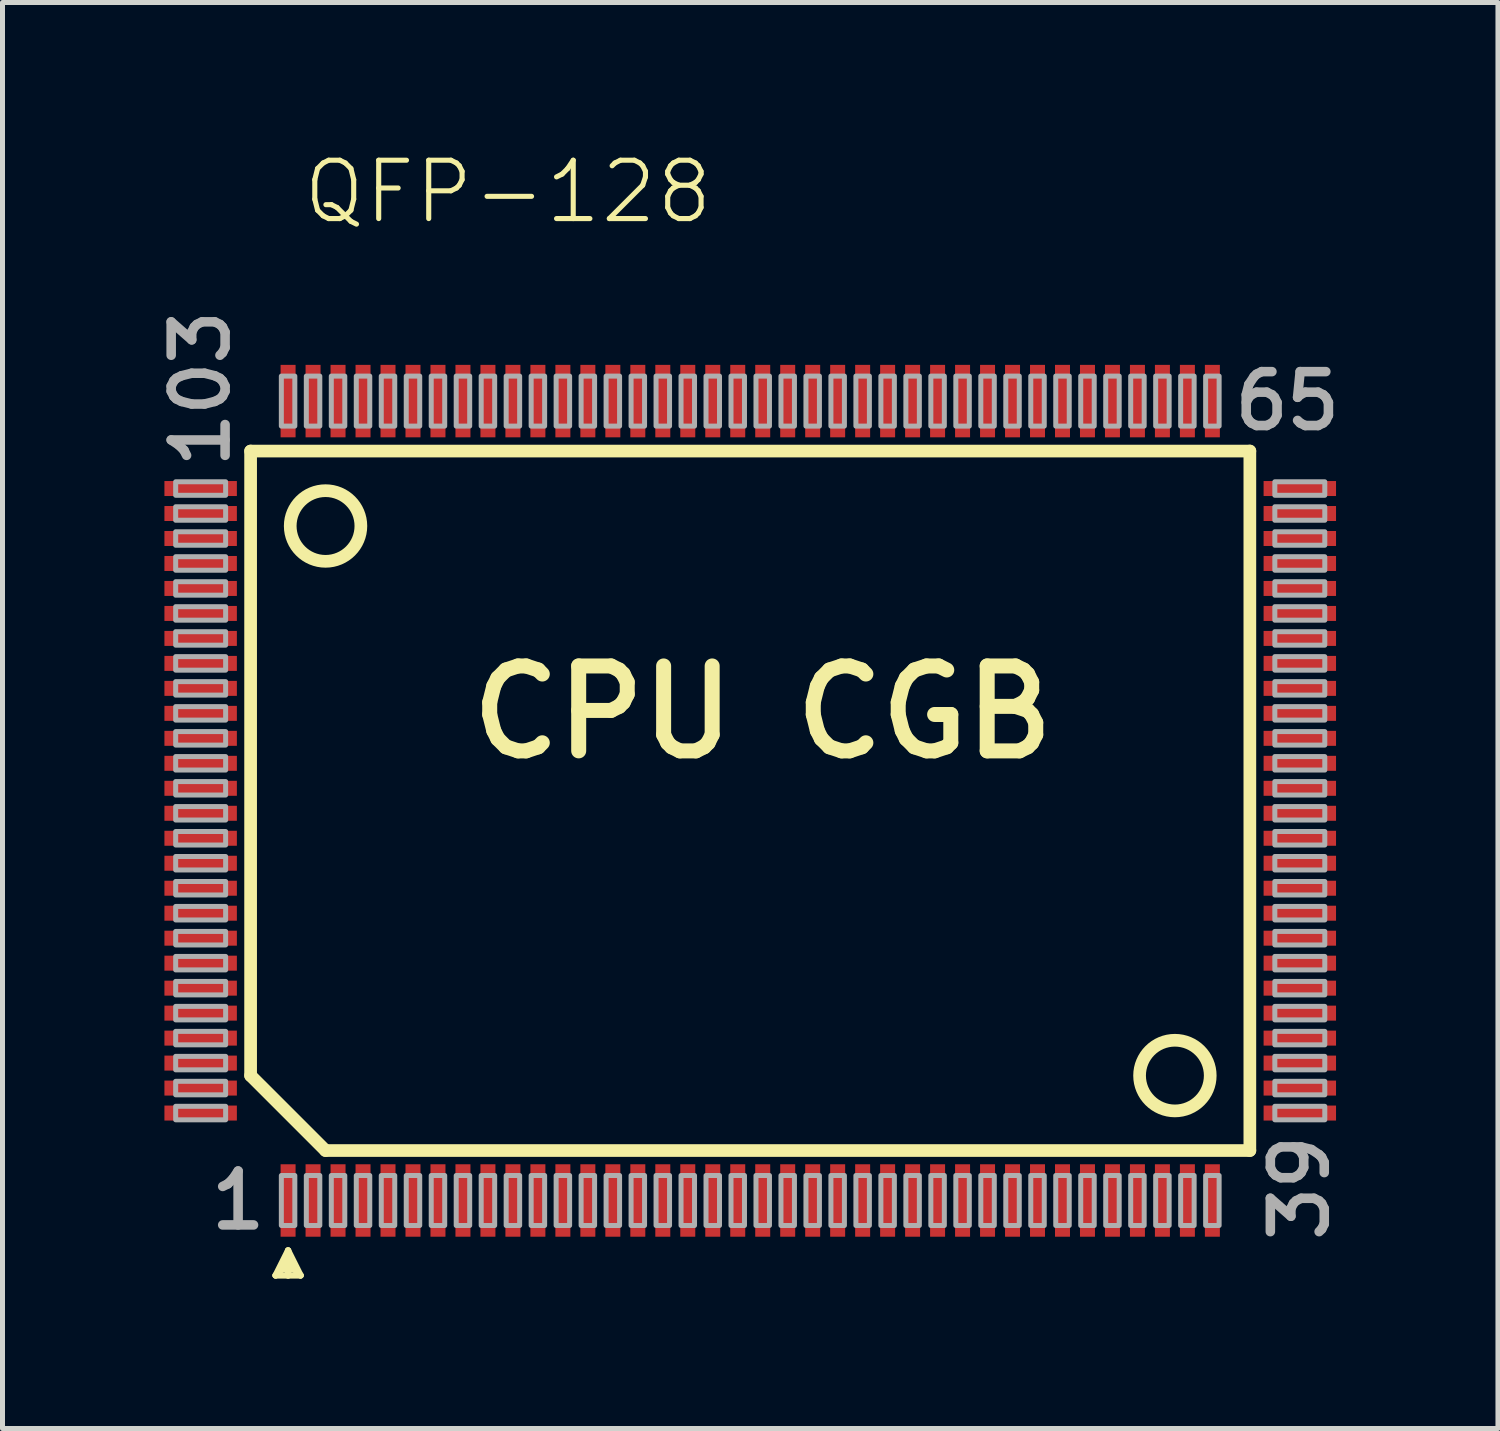
<source format=kicad_pcb>
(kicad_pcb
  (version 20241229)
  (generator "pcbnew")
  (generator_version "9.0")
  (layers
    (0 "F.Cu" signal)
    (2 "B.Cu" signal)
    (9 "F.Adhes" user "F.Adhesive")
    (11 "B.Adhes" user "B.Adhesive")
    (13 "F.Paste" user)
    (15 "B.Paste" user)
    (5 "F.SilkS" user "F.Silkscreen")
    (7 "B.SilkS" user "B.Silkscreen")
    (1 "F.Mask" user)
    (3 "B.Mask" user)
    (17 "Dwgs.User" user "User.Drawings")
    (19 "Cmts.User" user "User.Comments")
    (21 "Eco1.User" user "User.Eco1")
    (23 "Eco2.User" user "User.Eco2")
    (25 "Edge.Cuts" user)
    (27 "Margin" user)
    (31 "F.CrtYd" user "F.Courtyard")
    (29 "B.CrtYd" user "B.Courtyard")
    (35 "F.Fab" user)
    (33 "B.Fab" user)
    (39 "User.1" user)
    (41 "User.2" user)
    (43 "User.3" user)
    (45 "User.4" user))
  (footprint "QFP-128"
    (layer "F.Cu")
    (at 10.966 16.478)
    (property "Reference" "QFP-128" (at -8.005 -15.005 0) (unlocked yes) (layer "F.SilkS") (effects (font (size 1.168 1.168) (thickness 0.102)) (justify left bottom)))
    (fp_line (start -9 -10.5) (end 11 -10.5) (stroke (width 0.254) (type solid)) (layer "F.SilkS"))
    (fp_line (start -9 2) (end -9 -10.5) (stroke (width 0.254) (type solid)) (layer "F.SilkS"))
    (fp_line (start -9 2) (end -7.5 3.5) (stroke (width 0.254) (type solid)) (layer "F.SilkS"))
    (fp_line (start -8.5 6) (end -8.25 6) (stroke (width 0.127) (type solid)) (layer "F.SilkS"))
    (fp_line (start -8.375 5.875) (end -8.5 6) (stroke (width 0.127) (type solid)) (layer "F.SilkS"))
    (fp_line (start -8.375 5.875) (end -8.125 5.875) (stroke (width 0.127) (type solid)) (layer "F.SilkS"))
    (fp_line (start -8.25 5.5) (end -8.5 6) (stroke (width 0.127) (type solid)) (layer "F.SilkS"))
    (fp_line (start -8.25 5.5) (end -8.25 5.75) (stroke (width 0.127) (type solid)) (layer "F.SilkS"))
    (fp_line (start -8.25 5.75) (end -8.375 5.875) (stroke (width 0.127) (type solid)) (layer "F.SilkS"))
    (fp_line (start -8.25 6) (end -8.25 5.75) (stroke (width 0.127) (type solid)) (layer "F.SilkS"))
    (fp_line (start -8.25 6) (end -8 6) (stroke (width 0.127) (type solid)) (layer "F.SilkS"))
    (fp_line (start -8.125 5.875) (end -8.25 5.75) (stroke (width 0.127) (type solid)) (layer "F.SilkS"))
    (fp_line (start -8 6) (end -8.25 5.5) (stroke (width 0.127) (type solid)) (layer "F.SilkS"))
    (fp_line (start -8 6) (end -8.125 5.875) (stroke (width 0.127) (type solid)) (layer "F.SilkS"))
    (fp_line (start 11 -10.5) (end 11 3.5) (stroke (width 0.254) (type solid)) (layer "F.SilkS"))
    (fp_line (start 11 3.5) (end -7.5 3.5) (stroke (width 0.254) (type solid)) (layer "F.SilkS"))
    (fp_circle (center -7.5 -9) (end -6.793 -9) (stroke (width 0.254) (type solid)) (fill no) (layer "F.SilkS"))
    (fp_circle (center 9.5 2) (end 10.207 2) (stroke (width 0.254) (type solid)) (fill no) (layer "F.SilkS"))
    (fp_poly (pts (xy -10.5 -9.615) (xy -9.5 -9.615) (xy -9.5 -9.885) (xy -10.5 -9.885)) (stroke (width 0.1) (type default)) (fill no) (layer "F.Fab"))
    (fp_poly (pts (xy -10.5 -9.115) (xy -9.5 -9.115) (xy -9.5 -9.385) (xy -10.5 -9.385)) (stroke (width 0.1) (type default)) (fill no) (layer "F.Fab"))
    (fp_poly (pts (xy -10.5 -8.615) (xy -9.5 -8.615) (xy -9.5 -8.885) (xy -10.5 -8.885)) (stroke (width 0.1) (type default)) (fill no) (layer "F.Fab"))
    (fp_poly (pts (xy -10.5 -8.115) (xy -9.5 -8.115) (xy -9.5 -8.385) (xy -10.5 -8.385)) (stroke (width 0.1) (type default)) (fill no) (layer "F.Fab"))
    (fp_poly (pts (xy -10.5 -7.615) (xy -9.5 -7.615) (xy -9.5 -7.885) (xy -10.5 -7.885)) (stroke (width 0.1) (type default)) (fill no) (layer "F.Fab"))
    (fp_poly (pts (xy -10.5 -7.115) (xy -9.5 -7.115) (xy -9.5 -7.385) (xy -10.5 -7.385)) (stroke (width 0.1) (type default)) (fill no) (layer "F.Fab"))
    (fp_poly (pts (xy -10.5 -6.615) (xy -9.5 -6.615) (xy -9.5 -6.885) (xy -10.5 -6.885)) (stroke (width 0.1) (type default)) (fill no) (layer "F.Fab"))
    (fp_poly (pts (xy -10.5 -6.115) (xy -9.5 -6.115) (xy -9.5 -6.385) (xy -10.5 -6.385)) (stroke (width 0.1) (type default)) (fill no) (layer "F.Fab"))
    (fp_poly (pts (xy -10.5 -5.615) (xy -9.5 -5.615) (xy -9.5 -5.885) (xy -10.5 -5.885)) (stroke (width 0.1) (type default)) (fill no) (layer "F.Fab"))
    (fp_poly (pts (xy -10.5 -5.115) (xy -9.5 -5.115) (xy -9.5 -5.385) (xy -10.5 -5.385)) (stroke (width 0.1) (type default)) (fill no) (layer "F.Fab"))
    (fp_poly (pts (xy -10.5 -4.615) (xy -9.5 -4.615) (xy -9.5 -4.885) (xy -10.5 -4.885)) (stroke (width 0.1) (type default)) (fill no) (layer "F.Fab"))
    (fp_poly (pts (xy -10.5 -4.115) (xy -9.5 -4.115) (xy -9.5 -4.385) (xy -10.5 -4.385)) (stroke (width 0.1) (type default)) (fill no) (layer "F.Fab"))
    (fp_poly (pts (xy -10.5 -3.615) (xy -9.5 -3.615) (xy -9.5 -3.885) (xy -10.5 -3.885)) (stroke (width 0.1) (type default)) (fill no) (layer "F.Fab"))
    (fp_poly (pts (xy -10.5 -3.115) (xy -9.5 -3.115) (xy -9.5 -3.385) (xy -10.5 -3.385)) (stroke (width 0.1) (type default)) (fill no) (layer "F.Fab"))
    (fp_poly (pts (xy -10.5 -2.615) (xy -9.5 -2.615) (xy -9.5 -2.885) (xy -10.5 -2.885)) (stroke (width 0.1) (type default)) (fill no) (layer "F.Fab"))
    (fp_poly (pts (xy -10.5 -2.115) (xy -9.5 -2.115) (xy -9.5 -2.385) (xy -10.5 -2.385)) (stroke (width 0.1) (type default)) (fill no) (layer "F.Fab"))
    (fp_poly (pts (xy -10.5 -1.615) (xy -9.5 -1.615) (xy -9.5 -1.885) (xy -10.5 -1.885)) (stroke (width 0.1) (type default)) (fill no) (layer "F.Fab"))
    (fp_poly (pts (xy -10.5 -1.115) (xy -9.5 -1.115) (xy -9.5 -1.385) (xy -10.5 -1.385)) (stroke (width 0.1) (type default)) (fill no) (layer "F.Fab"))
    (fp_poly (pts (xy -10.5 -0.615) (xy -9.5 -0.615) (xy -9.5 -0.885) (xy -10.5 -0.885)) (stroke (width 0.1) (type default)) (fill no) (layer "F.Fab"))
    (fp_poly (pts (xy -10.5 -0.115) (xy -9.5 -0.115) (xy -9.5 -0.385) (xy -10.5 -0.385)) (stroke (width 0.1) (type default)) (fill no) (layer "F.Fab"))
    (fp_poly (pts (xy -10.5 0.385) (xy -9.5 0.385) (xy -9.5 0.115) (xy -10.5 0.115)) (stroke (width 0.1) (type default)) (fill no) (layer "F.Fab"))
    (fp_poly (pts (xy -10.5 0.885) (xy -9.5 0.885) (xy -9.5 0.615) (xy -10.5 0.615)) (stroke (width 0.1) (type default)) (fill no) (layer "F.Fab"))
    (fp_poly (pts (xy -10.5 1.385) (xy -9.5 1.385) (xy -9.5 1.115) (xy -10.5 1.115)) (stroke (width 0.1) (type default)) (fill no) (layer "F.Fab"))
    (fp_poly (pts (xy -10.5 1.885) (xy -9.5 1.885) (xy -9.5 1.615) (xy -10.5 1.615)) (stroke (width 0.1) (type default)) (fill no) (layer "F.Fab"))
    (fp_poly (pts (xy -10.5 2.385) (xy -9.5 2.385) (xy -9.5 2.115) (xy -10.5 2.115)) (stroke (width 0.1) (type default)) (fill no) (layer "F.Fab"))
    (fp_poly (pts (xy -10.5 2.885) (xy -9.5 2.885) (xy -9.5 2.615) (xy -10.5 2.615)) (stroke (width 0.1) (type default)) (fill no) (layer "F.Fab"))
    (fp_poly (pts (xy -8.385 5) (xy -8.115 5) (xy -8.115 4) (xy -8.385 4)) (stroke (width 0.1) (type default)) (fill no) (layer "F.Fab"))
    (fp_poly (pts (xy -8.115 -11) (xy -8.115 -12) (xy -8.385 -12) (xy -8.385 -11)) (stroke (width 0.1) (type default)) (fill no) (layer "F.Fab"))
    (fp_poly (pts (xy -7.885 5) (xy -7.615 5) (xy -7.615 4) (xy -7.885 4)) (stroke (width 0.1) (type default)) (fill no) (layer "F.Fab"))
    (fp_poly (pts (xy -7.615 -11) (xy -7.615 -12) (xy -7.885 -12) (xy -7.885 -11)) (stroke (width 0.1) (type default)) (fill no) (layer "F.Fab"))
    (fp_poly (pts (xy -7.385 -11) (xy -7.115 -11) (xy -7.115 -12) (xy -7.385 -12)) (stroke (width 0.1) (type default)) (fill no) (layer "F.Fab"))
    (fp_poly (pts (xy -7.385 5) (xy -7.115 5) (xy -7.115 4) (xy -7.385 4)) (stroke (width 0.1) (type default)) (fill no) (layer "F.Fab"))
    (fp_poly (pts (xy -6.885 -11) (xy -6.615 -11) (xy -6.615 -12) (xy -6.885 -12)) (stroke (width 0.1) (type default)) (fill no) (layer "F.Fab"))
    (fp_poly (pts (xy -6.885 5) (xy -6.615 5) (xy -6.615 4) (xy -6.885 4)) (stroke (width 0.1) (type default)) (fill no) (layer "F.Fab"))
    (fp_poly (pts (xy -6.385 -11) (xy -6.115 -11) (xy -6.115 -12) (xy -6.385 -12)) (stroke (width 0.1) (type default)) (fill no) (layer "F.Fab"))
    (fp_poly (pts (xy -6.385 5) (xy -6.115 5) (xy -6.115 4) (xy -6.385 4)) (stroke (width 0.1) (type default)) (fill no) (layer "F.Fab"))
    (fp_poly (pts (xy -5.885 -11) (xy -5.615 -11) (xy -5.615 -12) (xy -5.885 -12)) (stroke (width 0.1) (type default)) (fill no) (layer "F.Fab"))
    (fp_poly (pts (xy -5.885 5) (xy -5.615 5) (xy -5.615 4) (xy -5.885 4)) (stroke (width 0.1) (type default)) (fill no) (layer "F.Fab"))
    (fp_poly (pts (xy -5.385 -11) (xy -5.115 -11) (xy -5.115 -12) (xy -5.385 -12)) (stroke (width 0.1) (type default)) (fill no) (layer "F.Fab"))
    (fp_poly (pts (xy -5.385 5) (xy -5.115 5) (xy -5.115 4) (xy -5.385 4)) (stroke (width 0.1) (type default)) (fill no) (layer "F.Fab"))
    (fp_poly (pts (xy -4.885 -11) (xy -4.615 -11) (xy -4.615 -12) (xy -4.885 -12)) (stroke (width 0.1) (type default)) (fill no) (layer "F.Fab"))
    (fp_poly (pts (xy -4.885 5) (xy -4.615 5) (xy -4.615 4) (xy -4.885 4)) (stroke (width 0.1) (type default)) (fill no) (layer "F.Fab"))
    (fp_poly (pts (xy -4.385 -11) (xy -4.115 -11) (xy -4.115 -12) (xy -4.385 -12)) (stroke (width 0.1) (type default)) (fill no) (layer "F.Fab"))
    (fp_poly (pts (xy -4.385 5) (xy -4.115 5) (xy -4.115 4) (xy -4.385 4)) (stroke (width 0.1) (type default)) (fill no) (layer "F.Fab"))
    (fp_poly (pts (xy -3.885 -11) (xy -3.615 -11) (xy -3.615 -12) (xy -3.885 -12)) (stroke (width 0.1) (type default)) (fill no) (layer "F.Fab"))
    (fp_poly (pts (xy -3.885 5) (xy -3.615 5) (xy -3.615 4) (xy -3.885 4)) (stroke (width 0.1) (type default)) (fill no) (layer "F.Fab"))
    (fp_poly (pts (xy -3.385 -11) (xy -3.115 -11) (xy -3.115 -12) (xy -3.385 -12)) (stroke (width 0.1) (type default)) (fill no) (layer "F.Fab"))
    (fp_poly (pts (xy -3.385 5) (xy -3.115 5) (xy -3.115 4) (xy -3.385 4)) (stroke (width 0.1) (type default)) (fill no) (layer "F.Fab"))
    (fp_poly (pts (xy -2.885 -11) (xy -2.615 -11) (xy -2.615 -12) (xy -2.885 -12)) (stroke (width 0.1) (type default)) (fill no) (layer "F.Fab"))
    (fp_poly (pts (xy -2.885 5) (xy -2.615 5) (xy -2.615 4) (xy -2.885 4)) (stroke (width 0.1) (type default)) (fill no) (layer "F.Fab"))
    (fp_poly (pts (xy -2.385 -11) (xy -2.115 -11) (xy -2.115 -12) (xy -2.385 -12)) (stroke (width 0.1) (type default)) (fill no) (layer "F.Fab"))
    (fp_poly (pts (xy -2.385 5) (xy -2.115 5) (xy -2.115 4) (xy -2.385 4)) (stroke (width 0.1) (type default)) (fill no) (layer "F.Fab"))
    (fp_poly (pts (xy -1.885 -11) (xy -1.615 -11) (xy -1.615 -12) (xy -1.885 -12)) (stroke (width 0.1) (type default)) (fill no) (layer "F.Fab"))
    (fp_poly (pts (xy -1.885 5) (xy -1.615 5) (xy -1.615 4) (xy -1.885 4)) (stroke (width 0.1) (type default)) (fill no) (layer "F.Fab"))
    (fp_poly (pts (xy -1.385 -11) (xy -1.115 -11) (xy -1.115 -12) (xy -1.385 -12)) (stroke (width 0.1) (type default)) (fill no) (layer "F.Fab"))
    (fp_poly (pts (xy -1.385 5) (xy -1.115 5) (xy -1.115 4) (xy -1.385 4)) (stroke (width 0.1) (type default)) (fill no) (layer "F.Fab"))
    (fp_poly (pts (xy -0.885 -11) (xy -0.615 -11) (xy -0.615 -12) (xy -0.885 -12)) (stroke (width 0.1) (type default)) (fill no) (layer "F.Fab"))
    (fp_poly (pts (xy -0.885 5) (xy -0.615 5) (xy -0.615 4) (xy -0.885 4)) (stroke (width 0.1) (type default)) (fill no) (layer "F.Fab"))
    (fp_poly (pts (xy -0.385 -11) (xy -0.115 -11) (xy -0.115 -12) (xy -0.385 -12)) (stroke (width 0.1) (type default)) (fill no) (layer "F.Fab"))
    (fp_poly (pts (xy -0.385 5) (xy -0.115 5) (xy -0.115 4) (xy -0.385 4)) (stroke (width 0.1) (type default)) (fill no) (layer "F.Fab"))
    (fp_poly (pts (xy 0.115 -11) (xy 0.385 -11) (xy 0.385 -12) (xy 0.115 -12)) (stroke (width 0.1) (type default)) (fill no) (layer "F.Fab"))
    (fp_poly (pts (xy 0.115 5) (xy 0.385 5) (xy 0.385 4) (xy 0.115 4)) (stroke (width 0.1) (type default)) (fill no) (layer "F.Fab"))
    (fp_poly (pts (xy 0.615 -11) (xy 0.885 -11) (xy 0.885 -12) (xy 0.615 -12)) (stroke (width 0.1) (type default)) (fill no) (layer "F.Fab"))
    (fp_poly (pts (xy 0.615 5) (xy 0.885 5) (xy 0.885 4) (xy 0.615 4)) (stroke (width 0.1) (type default)) (fill no) (layer "F.Fab"))
    (fp_poly (pts (xy 1.115 -11) (xy 1.385 -11) (xy 1.385 -12) (xy 1.115 -12)) (stroke (width 0.1) (type default)) (fill no) (layer "F.Fab"))
    (fp_poly (pts (xy 1.115 5) (xy 1.385 5) (xy 1.385 4) (xy 1.115 4)) (stroke (width 0.1) (type default)) (fill no) (layer "F.Fab"))
    (fp_poly (pts (xy 1.615 -11) (xy 1.885 -11) (xy 1.885 -12) (xy 1.615 -12)) (stroke (width 0.1) (type default)) (fill no) (layer "F.Fab"))
    (fp_poly (pts (xy 1.615 5) (xy 1.885 5) (xy 1.885 4) (xy 1.615 4)) (stroke (width 0.1) (type default)) (fill no) (layer "F.Fab"))
    (fp_poly (pts (xy 2.115 -11) (xy 2.385 -11) (xy 2.385 -12) (xy 2.115 -12)) (stroke (width 0.1) (type default)) (fill no) (layer "F.Fab"))
    (fp_poly (pts (xy 2.115 5) (xy 2.385 5) (xy 2.385 4) (xy 2.115 4)) (stroke (width 0.1) (type default)) (fill no) (layer "F.Fab"))
    (fp_poly (pts (xy 2.615 -11) (xy 2.885 -11) (xy 2.885 -12) (xy 2.615 -12)) (stroke (width 0.1) (type default)) (fill no) (layer "F.Fab"))
    (fp_poly (pts (xy 2.615 5) (xy 2.885 5) (xy 2.885 4) (xy 2.615 4)) (stroke (width 0.1) (type default)) (fill no) (layer "F.Fab"))
    (fp_poly (pts (xy 3.115 -11) (xy 3.385 -11) (xy 3.385 -12) (xy 3.115 -12)) (stroke (width 0.1) (type default)) (fill no) (layer "F.Fab"))
    (fp_poly (pts (xy 3.115 5) (xy 3.385 5) (xy 3.385 4) (xy 3.115 4)) (stroke (width 0.1) (type default)) (fill no) (layer "F.Fab"))
    (fp_poly (pts (xy 3.615 -11) (xy 3.885 -11) (xy 3.885 -12) (xy 3.615 -12)) (stroke (width 0.1) (type default)) (fill no) (layer "F.Fab"))
    (fp_poly (pts (xy 3.615 5) (xy 3.885 5) (xy 3.885 4) (xy 3.615 4)) (stroke (width 0.1) (type default)) (fill no) (layer "F.Fab"))
    (fp_poly (pts (xy 4.115 -11) (xy 4.385 -11) (xy 4.385 -12) (xy 4.115 -12)) (stroke (width 0.1) (type default)) (fill no) (layer "F.Fab"))
    (fp_poly (pts (xy 4.115 5) (xy 4.385 5) (xy 4.385 4) (xy 4.115 4)) (stroke (width 0.1) (type default)) (fill no) (layer "F.Fab"))
    (fp_poly (pts (xy 4.615 -11) (xy 4.885 -11) (xy 4.885 -12) (xy 4.615 -12)) (stroke (width 0.1) (type default)) (fill no) (layer "F.Fab"))
    (fp_poly (pts (xy 4.615 5) (xy 4.885 5) (xy 4.885 4) (xy 4.615 4)) (stroke (width 0.1) (type default)) (fill no) (layer "F.Fab"))
    (fp_poly (pts (xy 5.115 -11) (xy 5.385 -11) (xy 5.385 -12) (xy 5.115 -12)) (stroke (width 0.1) (type default)) (fill no) (layer "F.Fab"))
    (fp_poly (pts (xy 5.115 5) (xy 5.385 5) (xy 5.385 4) (xy 5.115 4)) (stroke (width 0.1) (type default)) (fill no) (layer "F.Fab"))
    (fp_poly (pts (xy 5.615 -11) (xy 5.885 -11) (xy 5.885 -12) (xy 5.615 -12)) (stroke (width 0.1) (type default)) (fill no) (layer "F.Fab"))
    (fp_poly (pts (xy 5.615 5) (xy 5.885 5) (xy 5.885 4) (xy 5.615 4)) (stroke (width 0.1) (type default)) (fill no) (layer "F.Fab"))
    (fp_poly (pts (xy 6.115 -11) (xy 6.385 -11) (xy 6.385 -12) (xy 6.115 -12)) (stroke (width 0.1) (type default)) (fill no) (layer "F.Fab"))
    (fp_poly (pts (xy 6.115 5) (xy 6.385 5) (xy 6.385 4) (xy 6.115 4)) (stroke (width 0.1) (type default)) (fill no) (layer "F.Fab"))
    (fp_poly (pts (xy 6.615 -11) (xy 6.885 -11) (xy 6.885 -12) (xy 6.615 -12)) (stroke (width 0.1) (type default)) (fill no) (layer "F.Fab"))
    (fp_poly (pts (xy 6.615 5) (xy 6.885 5) (xy 6.885 4) (xy 6.615 4)) (stroke (width 0.1) (type default)) (fill no) (layer "F.Fab"))
    (fp_poly (pts (xy 7.115 -11) (xy 7.385 -11) (xy 7.385 -12) (xy 7.115 -12)) (stroke (width 0.1) (type default)) (fill no) (layer "F.Fab"))
    (fp_poly (pts (xy 7.115 5) (xy 7.385 5) (xy 7.385 4) (xy 7.115 4)) (stroke (width 0.1) (type default)) (fill no) (layer "F.Fab"))
    (fp_poly (pts (xy 7.615 -11) (xy 7.885 -11) (xy 7.885 -12) (xy 7.615 -12)) (stroke (width 0.1) (type default)) (fill no) (layer "F.Fab"))
    (fp_poly (pts (xy 7.615 5) (xy 7.885 5) (xy 7.885 4) (xy 7.615 4)) (stroke (width 0.1) (type default)) (fill no) (layer "F.Fab"))
    (fp_poly (pts (xy 8.115 -11) (xy 8.385 -11) (xy 8.385 -12) (xy 8.115 -12)) (stroke (width 0.1) (type default)) (fill no) (layer "F.Fab"))
    (fp_poly (pts (xy 8.115 5) (xy 8.385 5) (xy 8.385 4) (xy 8.115 4)) (stroke (width 0.1) (type default)) (fill no) (layer "F.Fab"))
    (fp_poly (pts (xy 8.615 -11) (xy 8.885 -11) (xy 8.885 -12) (xy 8.615 -12)) (stroke (width 0.1) (type default)) (fill no) (layer "F.Fab"))
    (fp_poly (pts (xy 8.615 5) (xy 8.885 5) (xy 8.885 4) (xy 8.615 4)) (stroke (width 0.1) (type default)) (fill no) (layer "F.Fab"))
    (fp_poly (pts (xy 9.115 -11) (xy 9.385 -11) (xy 9.385 -12) (xy 9.115 -12)) (stroke (width 0.1) (type default)) (fill no) (layer "F.Fab"))
    (fp_poly (pts (xy 9.115 5) (xy 9.385 5) (xy 9.385 4) (xy 9.115 4)) (stroke (width 0.1) (type default)) (fill no) (layer "F.Fab"))
    (fp_poly (pts (xy 9.615 -11) (xy 9.885 -11) (xy 9.885 -12) (xy 9.615 -12)) (stroke (width 0.1) (type default)) (fill no) (layer "F.Fab"))
    (fp_poly (pts (xy 9.885 5) (xy 9.885 4) (xy 9.615 4) (xy 9.615 5)) (stroke (width 0.1) (type default)) (fill no) (layer "F.Fab"))
    (fp_poly (pts (xy 10.115 -11) (xy 10.385 -11) (xy 10.385 -12) (xy 10.115 -12)) (stroke (width 0.1) (type default)) (fill no) (layer "F.Fab"))
    (fp_poly (pts (xy 10.385 5) (xy 10.385 4) (xy 10.115 4) (xy 10.115 5)) (stroke (width 0.1) (type default)) (fill no) (layer "F.Fab"))
    (fp_poly (pts (xy 11.5 -9.615) (xy 12.5 -9.615) (xy 12.5 -9.885) (xy 11.5 -9.885)) (stroke (width 0.1) (type default)) (fill no) (layer "F.Fab"))
    (fp_poly (pts (xy 11.5 -9.115) (xy 12.5 -9.115) (xy 12.5 -9.385) (xy 11.5 -9.385)) (stroke (width 0.1) (type default)) (fill no) (layer "F.Fab"))
    (fp_poly (pts (xy 11.5 -8.615) (xy 12.5 -8.615) (xy 12.5 -8.885) (xy 11.5 -8.885)) (stroke (width 0.1) (type default)) (fill no) (layer "F.Fab"))
    (fp_poly (pts (xy 11.5 -8.115) (xy 12.5 -8.115) (xy 12.5 -8.385) (xy 11.5 -8.385)) (stroke (width 0.1) (type default)) (fill no) (layer "F.Fab"))
    (fp_poly (pts (xy 11.5 -7.615) (xy 12.5 -7.615) (xy 12.5 -7.885) (xy 11.5 -7.885)) (stroke (width 0.1) (type default)) (fill no) (layer "F.Fab"))
    (fp_poly (pts (xy 11.5 -7.115) (xy 12.5 -7.115) (xy 12.5 -7.385) (xy 11.5 -7.385)) (stroke (width 0.1) (type default)) (fill no) (layer "F.Fab"))
    (fp_poly (pts (xy 11.5 -6.615) (xy 12.5 -6.615) (xy 12.5 -6.885) (xy 11.5 -6.885)) (stroke (width 0.1) (type default)) (fill no) (layer "F.Fab"))
    (fp_poly (pts (xy 11.5 -6.115) (xy 12.5 -6.115) (xy 12.5 -6.385) (xy 11.5 -6.385)) (stroke (width 0.1) (type default)) (fill no) (layer "F.Fab"))
    (fp_poly (pts (xy 11.5 -5.615) (xy 12.5 -5.615) (xy 12.5 -5.885) (xy 11.5 -5.885)) (stroke (width 0.1) (type default)) (fill no) (layer "F.Fab"))
    (fp_poly (pts (xy 11.5 -5.115) (xy 12.5 -5.115) (xy 12.5 -5.385) (xy 11.5 -5.385)) (stroke (width 0.1) (type default)) (fill no) (layer "F.Fab"))
    (fp_poly (pts (xy 11.5 -4.615) (xy 12.5 -4.615) (xy 12.5 -4.885) (xy 11.5 -4.885)) (stroke (width 0.1) (type default)) (fill no) (layer "F.Fab"))
    (fp_poly (pts (xy 11.5 -4.115) (xy 12.5 -4.115) (xy 12.5 -4.385) (xy 11.5 -4.385)) (stroke (width 0.1) (type default)) (fill no) (layer "F.Fab"))
    (fp_poly (pts (xy 11.5 -3.615) (xy 12.5 -3.615) (xy 12.5 -3.885) (xy 11.5 -3.885)) (stroke (width 0.1) (type default)) (fill no) (layer "F.Fab"))
    (fp_poly (pts (xy 11.5 -3.115) (xy 12.5 -3.115) (xy 12.5 -3.385) (xy 11.5 -3.385)) (stroke (width 0.1) (type default)) (fill no) (layer "F.Fab"))
    (fp_poly (pts (xy 11.5 -2.615) (xy 12.5 -2.615) (xy 12.5 -2.885) (xy 11.5 -2.885)) (stroke (width 0.1) (type default)) (fill no) (layer "F.Fab"))
    (fp_poly (pts (xy 11.5 -2.115) (xy 12.5 -2.115) (xy 12.5 -2.385) (xy 11.5 -2.385)) (stroke (width 0.1) (type default)) (fill no) (layer "F.Fab"))
    (fp_poly (pts (xy 11.5 -1.615) (xy 12.5 -1.615) (xy 12.5 -1.885) (xy 11.5 -1.885)) (stroke (width 0.1) (type default)) (fill no) (layer "F.Fab"))
    (fp_poly (pts (xy 11.5 -1.115) (xy 12.5 -1.115) (xy 12.5 -1.385) (xy 11.5 -1.385)) (stroke (width 0.1) (type default)) (fill no) (layer "F.Fab"))
    (fp_poly (pts (xy 11.5 -0.615) (xy 12.5 -0.615) (xy 12.5 -0.885) (xy 11.5 -0.885)) (stroke (width 0.1) (type default)) (fill no) (layer "F.Fab"))
    (fp_poly (pts (xy 11.5 -0.115) (xy 12.5 -0.115) (xy 12.5 -0.385) (xy 11.5 -0.385)) (stroke (width 0.1) (type default)) (fill no) (layer "F.Fab"))
    (fp_poly (pts (xy 11.5 0.385) (xy 12.5 0.385) (xy 12.5 0.115) (xy 11.5 0.115)) (stroke (width 0.1) (type default)) (fill no) (layer "F.Fab"))
    (fp_poly (pts (xy 11.5 0.885) (xy 12.5 0.885) (xy 12.5 0.615) (xy 11.5 0.615)) (stroke (width 0.1) (type default)) (fill no) (layer "F.Fab"))
    (fp_poly (pts (xy 11.5 1.385) (xy 12.5 1.385) (xy 12.5 1.115) (xy 11.5 1.115)) (stroke (width 0.1) (type default)) (fill no) (layer "F.Fab"))
    (fp_poly (pts (xy 11.5 1.885) (xy 12.5 1.885) (xy 12.5 1.615) (xy 11.5 1.615)) (stroke (width 0.1) (type default)) (fill no) (layer "F.Fab"))
    (fp_poly (pts (xy 11.5 2.385) (xy 12.5 2.385) (xy 12.5 2.115) (xy 11.5 2.115)) (stroke (width 0.1) (type default)) (fill no) (layer "F.Fab"))
    (fp_poly (pts (xy 11.5 2.885) (xy 12.5 2.885) (xy 12.5 2.615) (xy 11.5 2.615)) (stroke (width 0.1) (type default)) (fill no) (layer "F.Fab"))
    (fp_text user "CPU CGB" (at 1.25 -5.27 0) (layer "F.SilkS") (effects (font (size 1.7 1.7) (thickness 0.3))))
    (fp_text user "1" (at -9.25 4.5 0) (layer "F.Fab") (effects (font (size 1.079 1.079) (thickness 0.191))))
    (fp_text user "65" (at 11.75 -11.5 180) (layer "F.Fab") (effects (font (size 1.079 1.079) (thickness 0.191))))
    (fp_text user "103" (at -10 -11.75 270) (layer "F.Fab") (effects (font (size 1.079 1.079) (thickness 0.191))))
    (fp_text user "39" (at 12 4.25 90) (layer "F.Fab") (effects (font (size 1.079 1.079) (thickness 0.191))))
    (pad "1" smd rect (at -8.25 4.5 90) (size 1.45 0.3) (layers "F.Cu" "F.Mask" "F.Paste"))
    (pad "2" smd rect (at -7.75 4.5 90) (size 1.45 0.3) (layers "F.Cu" "F.Mask" "F.Paste"))
    (pad "3" smd rect (at -7.25 4.5 90) (size 1.45 0.3) (layers "F.Cu" "F.Mask" "F.Paste"))
    (pad "4" smd rect (at -6.75 4.5 90) (size 1.45 0.3) (layers "F.Cu" "F.Mask" "F.Paste"))
    (pad "5" smd rect (at -6.25 4.5 90) (size 1.45 0.3) (layers "F.Cu" "F.Mask" "F.Paste"))
    (pad "6" smd rect (at -5.75 4.5 90) (size 1.45 0.3) (layers "F.Cu" "F.Mask" "F.Paste"))
    (pad "7" smd rect (at -5.25 4.5 90) (size 1.45 0.3) (layers "F.Cu" "F.Mask" "F.Paste"))
    (pad "8" smd rect (at -4.75 4.5 90) (size 1.45 0.3) (layers "F.Cu" "F.Mask" "F.Paste"))
    (pad "9" smd rect (at -4.25 4.5 90) (size 1.45 0.3) (layers "F.Cu" "F.Mask" "F.Paste"))
    (pad "10" smd rect (at -3.75 4.5 90) (size 1.45 0.3) (layers "F.Cu" "F.Mask" "F.Paste"))
    (pad "11" smd rect (at -3.25 4.5 90) (size 1.45 0.3) (layers "F.Cu" "F.Mask" "F.Paste"))
    (pad "12" smd rect (at -2.75 4.5 90) (size 1.45 0.3) (layers "F.Cu" "F.Mask" "F.Paste"))
    (pad "13" smd rect (at -2.25 4.5 90) (size 1.45 0.3) (layers "F.Cu" "F.Mask" "F.Paste"))
    (pad "14" smd rect (at -1.75 4.5 90) (size 1.45 0.3) (layers "F.Cu" "F.Mask" "F.Paste"))
    (pad "15" smd rect (at -1.25 4.5 90) (size 1.45 0.3) (layers "F.Cu" "F.Mask" "F.Paste"))
    (pad "16" smd rect (at -0.75 4.5 90) (size 1.45 0.3) (layers "F.Cu" "F.Mask" "F.Paste"))
    (pad "17" smd rect (at -0.25 4.5 90) (size 1.45 0.3) (layers "F.Cu" "F.Mask" "F.Paste"))
    (pad "18" smd rect (at 0.25 4.5 90) (size 1.45 0.3) (layers "F.Cu" "F.Mask" "F.Paste"))
    (pad "19" smd rect (at 0.75 4.5 90) (size 1.45 0.3) (layers "F.Cu" "F.Mask" "F.Paste"))
    (pad "20" smd rect (at 1.25 4.5 90) (size 1.45 0.3) (layers "F.Cu" "F.Mask" "F.Paste"))
    (pad "21" smd rect (at 1.75 4.5 90) (size 1.45 0.3) (layers "F.Cu" "F.Mask" "F.Paste"))
    (pad "22" smd rect (at 2.25 4.5 90) (size 1.45 0.3) (layers "F.Cu" "F.Mask" "F.Paste"))
    (pad "23" smd rect (at 2.75 4.5 90) (size 1.45 0.3) (layers "F.Cu" "F.Mask" "F.Paste"))
    (pad "24" smd rect (at 3.25 4.5 90) (size 1.45 0.3) (layers "F.Cu" "F.Mask" "F.Paste"))
    (pad "25" smd rect (at 3.75 4.5 90) (size 1.45 0.3) (layers "F.Cu" "F.Mask" "F.Paste"))
    (pad "26" smd rect (at 4.25 4.5 90) (size 1.45 0.3) (layers "F.Cu" "F.Mask" "F.Paste"))
    (pad "27" smd rect (at 4.75 4.5 90) (size 1.45 0.3) (layers "F.Cu" "F.Mask" "F.Paste"))
    (pad "28" smd rect (at 5.25 4.5 90) (size 1.45 0.3) (layers "F.Cu" "F.Mask" "F.Paste"))
    (pad "29" smd rect (at 5.75 4.5 90) (size 1.45 0.3) (layers "F.Cu" "F.Mask" "F.Paste"))
    (pad "30" smd rect (at 6.25 4.5 90) (size 1.45 0.3) (layers "F.Cu" "F.Mask" "F.Paste"))
    (pad "31" smd rect (at 6.75 4.5 90) (size 1.45 0.3) (layers "F.Cu" "F.Mask" "F.Paste"))
    (pad "32" smd rect (at 7.25 4.5 90) (size 1.45 0.3) (layers "F.Cu" "F.Mask" "F.Paste"))
    (pad "33" smd rect (at 7.75 4.5 90) (size 1.45 0.3) (layers "F.Cu" "F.Mask" "F.Paste"))
    (pad "34" smd rect (at 8.25 4.5 90) (size 1.45 0.3) (layers "F.Cu" "F.Mask" "F.Paste"))
    (pad "35" smd rect (at 8.75 4.5 90) (size 1.45 0.3) (layers "F.Cu" "F.Mask" "F.Paste"))
    (pad "36" smd rect (at 9.25 4.5 90) (size 1.45 0.3) (layers "F.Cu" "F.Mask" "F.Paste"))
    (pad "37" smd rect (at 9.75 4.5 90) (size 1.45 0.3) (layers "F.Cu" "F.Mask" "F.Paste"))
    (pad "38" smd rect (at 10.25 4.5 90) (size 1.45 0.3) (layers "F.Cu" "F.Mask" "F.Paste"))
    (pad "39" smd rect (at 12 2.75 180) (size 1.45 0.3) (layers "F.Cu" "F.Mask" "F.Paste"))
    (pad "40" smd rect (at 12 2.25 180) (size 1.45 0.3) (layers "F.Cu" "F.Mask" "F.Paste"))
    (pad "41" smd rect (at 12 1.75 180) (size 1.45 0.3) (layers "F.Cu" "F.Mask" "F.Paste"))
    (pad "42" smd rect (at 12 1.25 180) (size 1.45 0.3) (layers "F.Cu" "F.Mask" "F.Paste"))
    (pad "43" smd rect (at 12 0.75 180) (size 1.45 0.3) (layers "F.Cu" "F.Mask" "F.Paste"))
    (pad "44" smd rect (at 12 0.25 180) (size 1.45 0.3) (layers "F.Cu" "F.Mask" "F.Paste"))
    (pad "45" smd rect (at 12 -0.25 180) (size 1.45 0.3) (layers "F.Cu" "F.Mask" "F.Paste"))
    (pad "46" smd rect (at 12 -0.75 180) (size 1.45 0.3) (layers "F.Cu" "F.Mask" "F.Paste"))
    (pad "47" smd rect (at 12 -1.25 180) (size 1.45 0.3) (layers "F.Cu" "F.Mask" "F.Paste"))
    (pad "48" smd rect (at 12 -1.75 180) (size 1.45 0.3) (layers "F.Cu" "F.Mask" "F.Paste"))
    (pad "49" smd rect (at 12 -2.25 180) (size 1.45 0.3) (layers "F.Cu" "F.Mask" "F.Paste"))
    (pad "50" smd rect (at 12 -2.75 180) (size 1.45 0.3) (layers "F.Cu" "F.Mask" "F.Paste"))
    (pad "51" smd rect (at 12 -3.25 180) (size 1.45 0.3) (layers "F.Cu" "F.Mask" "F.Paste"))
    (pad "52" smd rect (at 12 -3.75 180) (size 1.45 0.3) (layers "F.Cu" "F.Mask" "F.Paste"))
    (pad "53" smd rect (at 12 -4.25 180) (size 1.45 0.3) (layers "F.Cu" "F.Mask" "F.Paste"))
    (pad "54" smd rect (at 12 -4.75 180) (size 1.45 0.3) (layers "F.Cu" "F.Mask" "F.Paste"))
    (pad "55" smd rect (at 12 -5.25 180) (size 1.45 0.3) (layers "F.Cu" "F.Mask" "F.Paste"))
    (pad "56" smd rect (at 12 -5.75 180) (size 1.45 0.3) (layers "F.Cu" "F.Mask" "F.Paste"))
    (pad "57" smd rect (at 12 -6.25 180) (size 1.45 0.3) (layers "F.Cu" "F.Mask" "F.Paste"))
    (pad "58" smd rect (at 12 -6.75 180) (size 1.45 0.3) (layers "F.Cu" "F.Mask" "F.Paste"))
    (pad "59" smd rect (at 12 -7.25 180) (size 1.45 0.3) (layers "F.Cu" "F.Mask" "F.Paste"))
    (pad "60" smd rect (at 12 -7.75 180) (size 1.45 0.3) (layers "F.Cu" "F.Mask" "F.Paste"))
    (pad "61" smd rect (at 12 -8.25 180) (size 1.45 0.3) (layers "F.Cu" "F.Mask" "F.Paste"))
    (pad "62" smd rect (at 12 -8.75 180) (size 1.45 0.3) (layers "F.Cu" "F.Mask" "F.Paste"))
    (pad "63" smd rect (at 12 -9.25 180) (size 1.45 0.3) (layers "F.Cu" "F.Mask" "F.Paste"))
    (pad "64" smd rect (at 12 -9.75) (size 1.45 0.3) (layers "F.Cu" "F.Mask" "F.Paste"))
    (pad "65" smd rect (at 10.25 -11.5 270) (size 1.45 0.3) (layers "F.Cu" "F.Mask" "F.Paste"))
    (pad "66" smd rect (at 9.75 -11.5 270) (size 1.45 0.3) (layers "F.Cu" "F.Mask" "F.Paste"))
    (pad "67" smd rect (at 9.25 -11.5 270) (size 1.45 0.3) (layers "F.Cu" "F.Mask" "F.Paste"))
    (pad "68" smd rect (at 8.75 -11.5 270) (size 1.45 0.3) (layers "F.Cu" "F.Mask" "F.Paste"))
    (pad "69" smd rect (at 8.25 -11.5 270) (size 1.45 0.3) (layers "F.Cu" "F.Mask" "F.Paste"))
    (pad "70" smd rect (at 7.75 -11.5 270) (size 1.45 0.3) (layers "F.Cu" "F.Mask" "F.Paste"))
    (pad "71" smd rect (at 7.25 -11.5 270) (size 1.45 0.3) (layers "F.Cu" "F.Mask" "F.Paste"))
    (pad "72" smd rect (at 6.75 -11.5 270) (size 1.45 0.3) (layers "F.Cu" "F.Mask" "F.Paste"))
    (pad "73" smd rect (at 6.25 -11.5 270) (size 1.45 0.3) (layers "F.Cu" "F.Mask" "F.Paste"))
    (pad "74" smd rect (at 5.75 -11.5 270) (size 1.45 0.3) (layers "F.Cu" "F.Mask" "F.Paste"))
    (pad "75" smd rect (at 5.25 -11.5 270) (size 1.45 0.3) (layers "F.Cu" "F.Mask" "F.Paste"))
    (pad "76" smd rect (at 4.75 -11.5 270) (size 1.45 0.3) (layers "F.Cu" "F.Mask" "F.Paste"))
    (pad "77" smd rect (at 4.25 -11.5 270) (size 1.45 0.3) (layers "F.Cu" "F.Mask" "F.Paste"))
    (pad "78" smd rect (at 3.75 -11.5 270) (size 1.45 0.3) (layers "F.Cu" "F.Mask" "F.Paste"))
    (pad "79" smd rect (at 3.25 -11.5 270) (size 1.45 0.3) (layers "F.Cu" "F.Mask" "F.Paste"))
    (pad "80" smd rect (at 2.75 -11.5 270) (size 1.45 0.3) (layers "F.Cu" "F.Mask" "F.Paste"))
    (pad "81" smd rect (at 2.25 -11.5 270) (size 1.45 0.3) (layers "F.Cu" "F.Mask" "F.Paste"))
    (pad "82" smd rect (at 1.75 -11.5 270) (size 1.45 0.3) (layers "F.Cu" "F.Mask" "F.Paste"))
    (pad "83" smd rect (at 1.25 -11.5 270) (size 1.45 0.3) (layers "F.Cu" "F.Mask" "F.Paste"))
    (pad "84" smd rect (at 0.75 -11.5 270) (size 1.45 0.3) (layers "F.Cu" "F.Mask" "F.Paste"))
    (pad "85" smd rect (at 0.25 -11.5 270) (size 1.45 0.3) (layers "F.Cu" "F.Mask" "F.Paste"))
    (pad "86" smd rect (at -0.25 -11.5 270) (size 1.45 0.3) (layers "F.Cu" "F.Mask" "F.Paste"))
    (pad "87" smd rect (at -0.75 -11.5 270) (size 1.45 0.3) (layers "F.Cu" "F.Mask" "F.Paste"))
    (pad "88" smd rect (at -1.25 -11.5 270) (size 1.45 0.3) (layers "F.Cu" "F.Mask" "F.Paste"))
    (pad "89" smd rect (at -1.75 -11.5 270) (size 1.45 0.3) (layers "F.Cu" "F.Mask" "F.Paste"))
    (pad "90" smd rect (at -2.25 -11.5 270) (size 1.45 0.3) (layers "F.Cu" "F.Mask" "F.Paste"))
    (pad "91" smd rect (at -2.75 -11.5 270) (size 1.45 0.3) (layers "F.Cu" "F.Mask" "F.Paste"))
    (pad "92" smd rect (at -3.25 -11.5 270) (size 1.45 0.3) (layers "F.Cu" "F.Mask" "F.Paste"))
    (pad "93" smd rect (at -3.75 -11.5 270) (size 1.45 0.3) (layers "F.Cu" "F.Mask" "F.Paste"))
    (pad "94" smd rect (at -4.25 -11.5 270) (size 1.45 0.3) (layers "F.Cu" "F.Mask" "F.Paste"))
    (pad "95" smd rect (at -4.75 -11.5 270) (size 1.45 0.3) (layers "F.Cu" "F.Mask" "F.Paste"))
    (pad "96" smd rect (at -5.25 -11.5 270) (size 1.45 0.3) (layers "F.Cu" "F.Mask" "F.Paste"))
    (pad "97" smd rect (at -5.75 -11.5 270) (size 1.45 0.3) (layers "F.Cu" "F.Mask" "F.Paste"))
    (pad "98" smd rect (at -6.25 -11.5 270) (size 1.45 0.3) (layers "F.Cu" "F.Mask" "F.Paste"))
    (pad "99" smd rect (at -6.75 -11.5 270) (size 1.45 0.3) (layers "F.Cu" "F.Mask" "F.Paste"))
    (pad "100" smd rect (at -7.25 -11.5 270) (size 1.45 0.3) (layers "F.Cu" "F.Mask" "F.Paste"))
    (pad "101" smd rect (at -7.75 -11.5 270) (size 1.45 0.3) (layers "F.Cu" "F.Mask" "F.Paste"))
    (pad "102" smd rect (at -8.25 -11.5 270) (size 1.45 0.3) (layers "F.Cu" "F.Mask" "F.Paste"))
    (pad "103" smd rect (at -10 -9.75) (size 1.45 0.3) (layers "F.Cu" "F.Mask" "F.Paste"))
    (pad "104" smd rect (at -10 -9.25) (size 1.45 0.3) (layers "F.Cu" "F.Mask" "F.Paste"))
    (pad "105" smd rect (at -10 -8.75) (size 1.45 0.3) (layers "F.Cu" "F.Mask" "F.Paste"))
    (pad "106" smd rect (at -10 -8.25) (size 1.45 0.3) (layers "F.Cu" "F.Mask" "F.Paste"))
    (pad "107" smd rect (at -10 -7.75) (size 1.45 0.3) (layers "F.Cu" "F.Mask" "F.Paste"))
    (pad "108" smd rect (at -10 -7.25) (size 1.45 0.3) (layers "F.Cu" "F.Mask" "F.Paste"))
    (pad "109" smd rect (at -10 -6.75) (size 1.45 0.3) (layers "F.Cu" "F.Mask" "F.Paste"))
    (pad "110" smd rect (at -10 -6.25) (size 1.45 0.3) (layers "F.Cu" "F.Mask" "F.Paste"))
    (pad "111" smd rect (at -10 -5.75) (size 1.45 0.3) (layers "F.Cu" "F.Mask" "F.Paste"))
    (pad "112" smd rect (at -10 -5.25) (size 1.45 0.3) (layers "F.Cu" "F.Mask" "F.Paste"))
    (pad "113" smd rect (at -10 -4.75) (size 1.45 0.3) (layers "F.Cu" "F.Mask" "F.Paste"))
    (pad "114" smd rect (at -10 -4.25) (size 1.45 0.3) (layers "F.Cu" "F.Mask" "F.Paste"))
    (pad "115" smd rect (at -10 -3.75) (size 1.45 0.3) (layers "F.Cu" "F.Mask" "F.Paste"))
    (pad "116" smd rect (at -10 -3.25) (size 1.45 0.3) (layers "F.Cu" "F.Mask" "F.Paste"))
    (pad "117" smd rect (at -10 -2.75) (size 1.45 0.3) (layers "F.Cu" "F.Mask" "F.Paste"))
    (pad "118" smd rect (at -10 -2.25) (size 1.45 0.3) (layers "F.Cu" "F.Mask" "F.Paste"))
    (pad "119" smd rect (at -10 -1.75) (size 1.45 0.3) (layers "F.Cu" "F.Mask" "F.Paste"))
    (pad "120" smd rect (at -10 -1.25) (size 1.45 0.3) (layers "F.Cu" "F.Mask" "F.Paste"))
    (pad "121" smd rect (at -10 -0.75) (size 1.45 0.3) (layers "F.Cu" "F.Mask" "F.Paste"))
    (pad "122" smd rect (at -10 -0.25) (size 1.45 0.3) (layers "F.Cu" "F.Mask" "F.Paste"))
    (pad "123" smd rect (at -10 0.25) (size 1.45 0.3) (layers "F.Cu" "F.Mask" "F.Paste"))
    (pad "124" smd rect (at -10 0.75) (size 1.45 0.3) (layers "F.Cu" "F.Mask" "F.Paste"))
    (pad "125" smd rect (at -10 1.25) (size 1.45 0.3) (layers "F.Cu" "F.Mask" "F.Paste"))
    (pad "126" smd rect (at -10 1.75) (size 1.45 0.3) (layers "F.Cu" "F.Mask" "F.Paste"))
    (pad "127" smd rect (at -10 2.25) (size 1.45 0.3) (layers "F.Cu" "F.Mask" "F.Paste"))
    (pad "128" smd rect (at -10 2.75) (size 1.45 0.3) (layers "F.Cu" "F.Mask" "F.Paste")))
  (gr_rect
    (start -3 -3)
    (end 26.932 25.542)
    (stroke (width 0.1) (type default))
    (fill no)
    (layer "Edge.Cuts")))
</source>
